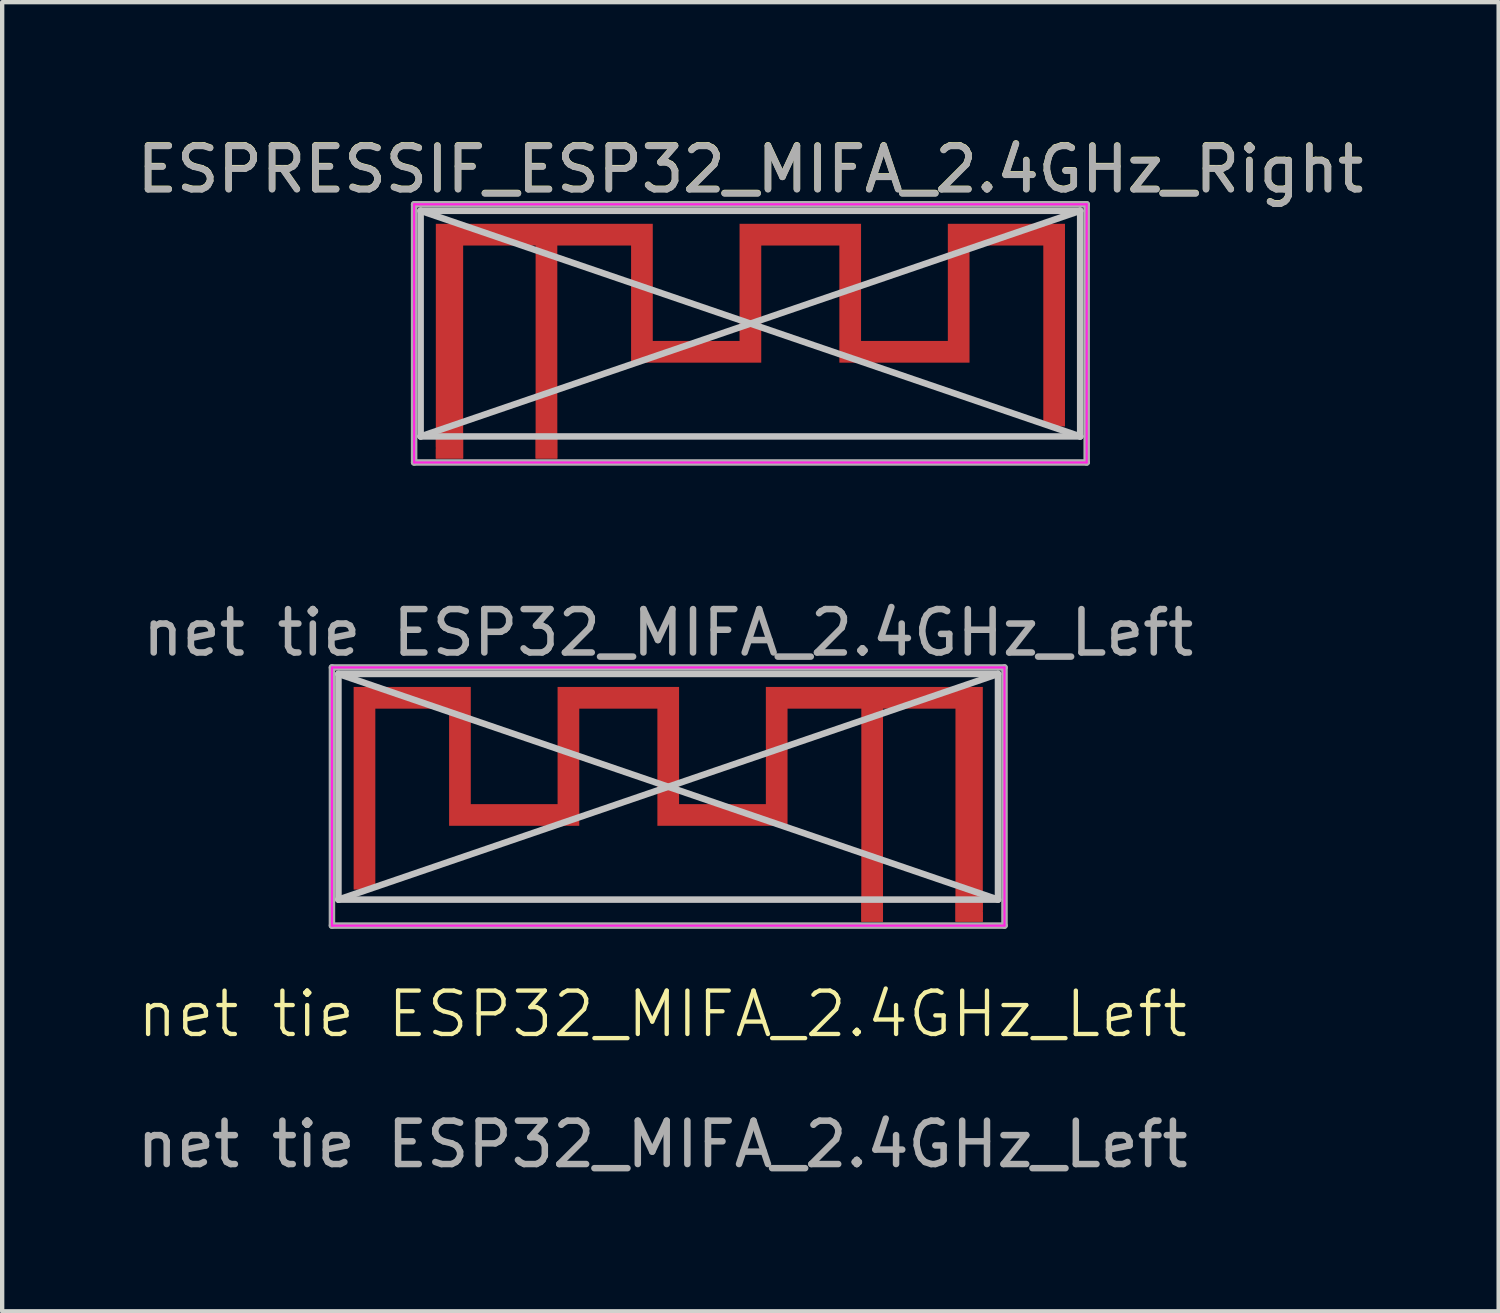
<source format=kicad_pcb>
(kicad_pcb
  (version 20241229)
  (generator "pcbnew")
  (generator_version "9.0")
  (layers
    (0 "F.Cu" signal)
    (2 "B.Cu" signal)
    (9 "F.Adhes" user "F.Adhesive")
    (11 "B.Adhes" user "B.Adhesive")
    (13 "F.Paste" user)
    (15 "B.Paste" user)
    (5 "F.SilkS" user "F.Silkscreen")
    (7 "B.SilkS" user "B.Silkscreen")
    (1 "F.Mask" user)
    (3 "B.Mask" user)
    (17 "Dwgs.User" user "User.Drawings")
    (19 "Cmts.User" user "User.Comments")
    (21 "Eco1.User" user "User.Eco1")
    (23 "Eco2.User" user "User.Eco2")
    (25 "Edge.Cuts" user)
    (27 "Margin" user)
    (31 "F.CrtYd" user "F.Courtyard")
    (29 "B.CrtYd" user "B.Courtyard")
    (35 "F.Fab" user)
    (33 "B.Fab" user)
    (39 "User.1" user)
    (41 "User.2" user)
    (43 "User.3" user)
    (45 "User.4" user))
  (footprint "net tie ESP32_MIFA_2.4GHz_Left"
    (layer "F.Cu")
    (at 12.22 20.822)
    (property "Reference" "net tie ESP32_MIFA_2.4GHz_Left" (at 0 -0.5 0) (unlocked yes) (layer "F.SilkS") (effects (font (size 1 1) (thickness 0.1))))
    (attr smd)
    (fp_poly (pts (xy 2.38 -5.34) (xy 0.38 -5.34) (xy 0.38 -8.04) (xy -2.42 -8.04) (xy -2.42 -5.34) (xy -4.42 -5.34) (xy -4.42 -8.04) (xy -7.12 -8.04) (xy -7.12 -3.37) (xy -6.62 -3.37) (xy -6.62 -7.54) (xy -4.92 -7.54) (xy -4.92 -4.84) (xy -1.92 -4.84) (xy -1.92 -7.54) (xy -0.12 -7.54) (xy -0.12 -4.84) (xy 2.88 -4.84) (xy 2.88 -7.54) (xy 4.58 -7.54) (xy 4.58 -2.63) (xy 5.08 -2.63) (xy 5.08 -7.54) (xy 6.75 -7.54) (xy 6.75 -2.63) (xy 7.38 -2.63) (xy 7.38 -2.883) (xy 7.078 -2.883) (xy 7.068 -2.836) (xy 7.044 -2.793) (xy 7.006 -2.76) (xy 6.998 -2.756) (xy 6.955 -2.744) (xy 6.907 -2.745) (xy 6.861 -2.758) (xy 6.843 -2.768) (xy 6.809 -2.803) (xy 6.788 -2.849) (xy 6.782 -2.898) (xy 6.79 -2.946) (xy 6.807 -2.979) (xy 6.842 -3.011) (xy 6.888 -3.031) (xy 6.937 -3.038) (xy 6.985 -3.03) (xy 7.018 -3.013) (xy 7.053 -2.976) (xy 7.073 -2.932) (xy 7.078 -2.883) (xy 7.38 -2.862) (xy 7.38 -8.04) (xy 2.38 -8.04) (xy 2.38 -5.4)) (stroke (width 0) (type solid)) (fill yes) (layer "F.Cu"))
    (fp_line (start -7.47 -3.14) (end -7.47 -8.34) (stroke (width 0.15) (type solid)) (layer "Dwgs.User"))
    (fp_line (start 7.73 -8.34) (end -7.47 -8.34) (stroke (width 0.15) (type solid)) (layer "Dwgs.User"))
    (fp_line (start 7.73 -8.34) (end -7.47 -3.14) (stroke (width 0.15) (type solid)) (layer "Dwgs.User"))
    (fp_line (start 7.73 -3.14) (end -7.47 -8.34) (stroke (width 0.15) (type solid)) (layer "Dwgs.User"))
    (fp_line (start 7.73 -3.14) (end -7.47 -3.14) (stroke (width 0.15) (type solid)) (layer "Dwgs.User"))
    (fp_line (start 7.73 -3.14) (end 7.73 -8.34) (stroke (width 0.15) (type solid)) (layer "Dwgs.User"))
    (fp_line (start -7.62 -8.49) (end -7.62 -2.54) (stroke (width 0.05) (type solid)) (layer "F.CrtYd"))
    (fp_line (start -7.62 -2.54) (end 7.88 -2.54) (stroke (width 0.05) (type solid)) (layer "F.CrtYd"))
    (fp_line (start 7.88 -8.49) (end -7.62 -8.49) (stroke (width 0.05) (type solid)) (layer "F.CrtYd"))
    (fp_line (start 7.88 -2.54) (end 7.88 -8.49) (stroke (width 0.05) (type solid)) (layer "F.CrtYd"))
    (fp_line (start -7.62 -8.49) (end -7.62 -2.54) (stroke (width 0.15) (type solid)) (layer "F.Fab"))
    (fp_line (start -7.62 -2.54) (end 7.88 -2.54) (stroke (width 0.15) (type solid)) (layer "F.Fab"))
    (fp_line (start 7.88 -8.49) (end -7.62 -8.49) (stroke (width 0.15) (type solid)) (layer "F.Fab"))
    (fp_line (start 7.88 -2.54) (end 7.88 -8.49) (stroke (width 0.15) (type solid)) (layer "F.Fab"))
    (fp_text user "${REFERENCE}" (at 0.13 -9.29 0) (layer "F.Fab") (effects (font (size 1 1) (thickness 0.15))))
    (fp_text user "${REFERENCE}" (at 0 2.5 0) (unlocked yes) (layer "F.Fab") (effects (font (size 1 1) (thickness 0.15))))
    (pad "1" connect rect (at 4.83 -2.88) (size 0.5 0.5) (layers "F.Cu"))
    (pad "2" smd rect (at 7.065 -2.88) (size 0.63 0.5) (layers "F.Cu" "F.Mask")))
  (footprint "ESPRESSIF_ESP32_MIFA_2.4GHz_Right"
    (layer "F.Cu")
    (at 9.694 7.258)
    (property "Reference" "ESPRESSIF_ESP32_MIFA_2.4GHz_Right" (at 4.55 -6.41 0) (layer "F.SilkS") (effects (font (size 1 1) (thickness 0.15))))
    (attr exclude_from_pos_files exclude_from_bom)
    (fp_poly (pts (xy 2.3 -2.45) (xy 4.3 -2.45) (xy 4.3 -5.15) (xy 7.1 -5.15) (xy 7.1 -2.45) (xy 9.1 -2.45) (xy 9.1 -5.15) (xy 11.8 -5.15) (xy 11.8 -0.48) (xy 11.3 -0.48) (xy 11.3 -4.65) (xy 9.6 -4.65) (xy 9.6 -1.95) (xy 6.6 -1.95) (xy 6.6 -4.65) (xy 4.8 -4.65) (xy 4.8 -1.95) (xy 1.8 -1.95) (xy 1.8 -4.65) (xy 0.1 -4.65) (xy 0.1 0.26) (xy -0.4 0.26) (xy -0.4 -4.65) (xy -2.07 -4.65) (xy -2.07 0.26) (xy -2.7 0.26) (xy -2.7 0.007) (xy -2.398 0.007) (xy -2.388 0.054) (xy -2.364 0.097) (xy -2.326 0.13) (xy -2.318 0.134) (xy -2.275 0.146) (xy -2.227 0.145) (xy -2.181 0.132) (xy -2.163 0.122) (xy -2.129 0.087) (xy -2.108 0.041) (xy -2.102 -0.008) (xy -2.11 -0.056) (xy -2.127 -0.089) (xy -2.162 -0.121) (xy -2.208 -0.141) (xy -2.257 -0.148) (xy -2.305 -0.14) (xy -2.338 -0.123) (xy -2.373 -0.086) (xy -2.393 -0.042) (xy -2.398 0.007) (xy -2.7 0.028) (xy -2.7 -5.15) (xy 2.3 -5.15) (xy 2.3 -2.51)) (stroke (width 0) (type solid)) (fill yes) (layer "F.Cu"))
    (fp_line (start -3.05 -5.45) (end 12.15 -5.45) (stroke (width 0.15) (type solid)) (layer "Dwgs.User"))
    (fp_line (start -3.05 -5.45) (end 12.15 -0.25) (stroke (width 0.15) (type solid)) (layer "Dwgs.User"))
    (fp_line (start -3.05 -0.25) (end -3.05 -5.45) (stroke (width 0.15) (type solid)) (layer "Dwgs.User"))
    (fp_line (start -3.05 -0.25) (end 12.15 -5.45) (stroke (width 0.15) (type solid)) (layer "Dwgs.User"))
    (fp_line (start -3.05 -0.25) (end 12.15 -0.25) (stroke (width 0.15) (type solid)) (layer "Dwgs.User"))
    (fp_line (start 12.15 -0.25) (end 12.15 -5.45) (stroke (width 0.15) (type solid)) (layer "Dwgs.User"))
    (fp_line (start -3.2 -5.6) (end 12.3 -5.6) (stroke (width 0.05) (type solid)) (layer "F.CrtYd"))
    (fp_line (start -3.2 0.35) (end -3.2 -5.6) (stroke (width 0.05) (type solid)) (layer "F.CrtYd"))
    (fp_line (start 12.3 -5.6) (end 12.3 0.35) (stroke (width 0.05) (type solid)) (layer "F.CrtYd"))
    (fp_line (start 12.3 0.35) (end -3.2 0.35) (stroke (width 0.05) (type solid)) (layer "F.CrtYd"))
    (fp_line (start -3.2 -5.6) (end 12.3 -5.6) (stroke (width 0.15) (type solid)) (layer "F.Fab"))
    (fp_line (start -3.2 0.35) (end -3.2 -5.6) (stroke (width 0.15) (type solid)) (layer "F.Fab"))
    (fp_line (start 12.3 -5.6) (end 12.3 0.35) (stroke (width 0.15) (type solid)) (layer "F.Fab"))
    (fp_line (start 12.3 0.35) (end -3.2 0.35) (stroke (width 0.15) (type solid)) (layer "F.Fab"))
    (fp_text user "${REFERENCE}" (at 4.55 -6.4 0) (layer "F.Fab") (effects (font (size 1 1) (thickness 0.15))))
    (pad "1" connect rect (at -0.15 0.01) (size 0.5 0.5) (layers "F.Cu"))
    (pad "2" smd rect (at -2.385 0.01) (size 0.63 0.5) (layers "F.Cu" "F.Mask")))
  (gr_rect
    (start -3 -3)
    (end 31.488 27.17)
    (stroke (width 0.1) (type default))
    (fill no)
    (layer "Edge.Cuts")))
</source>
